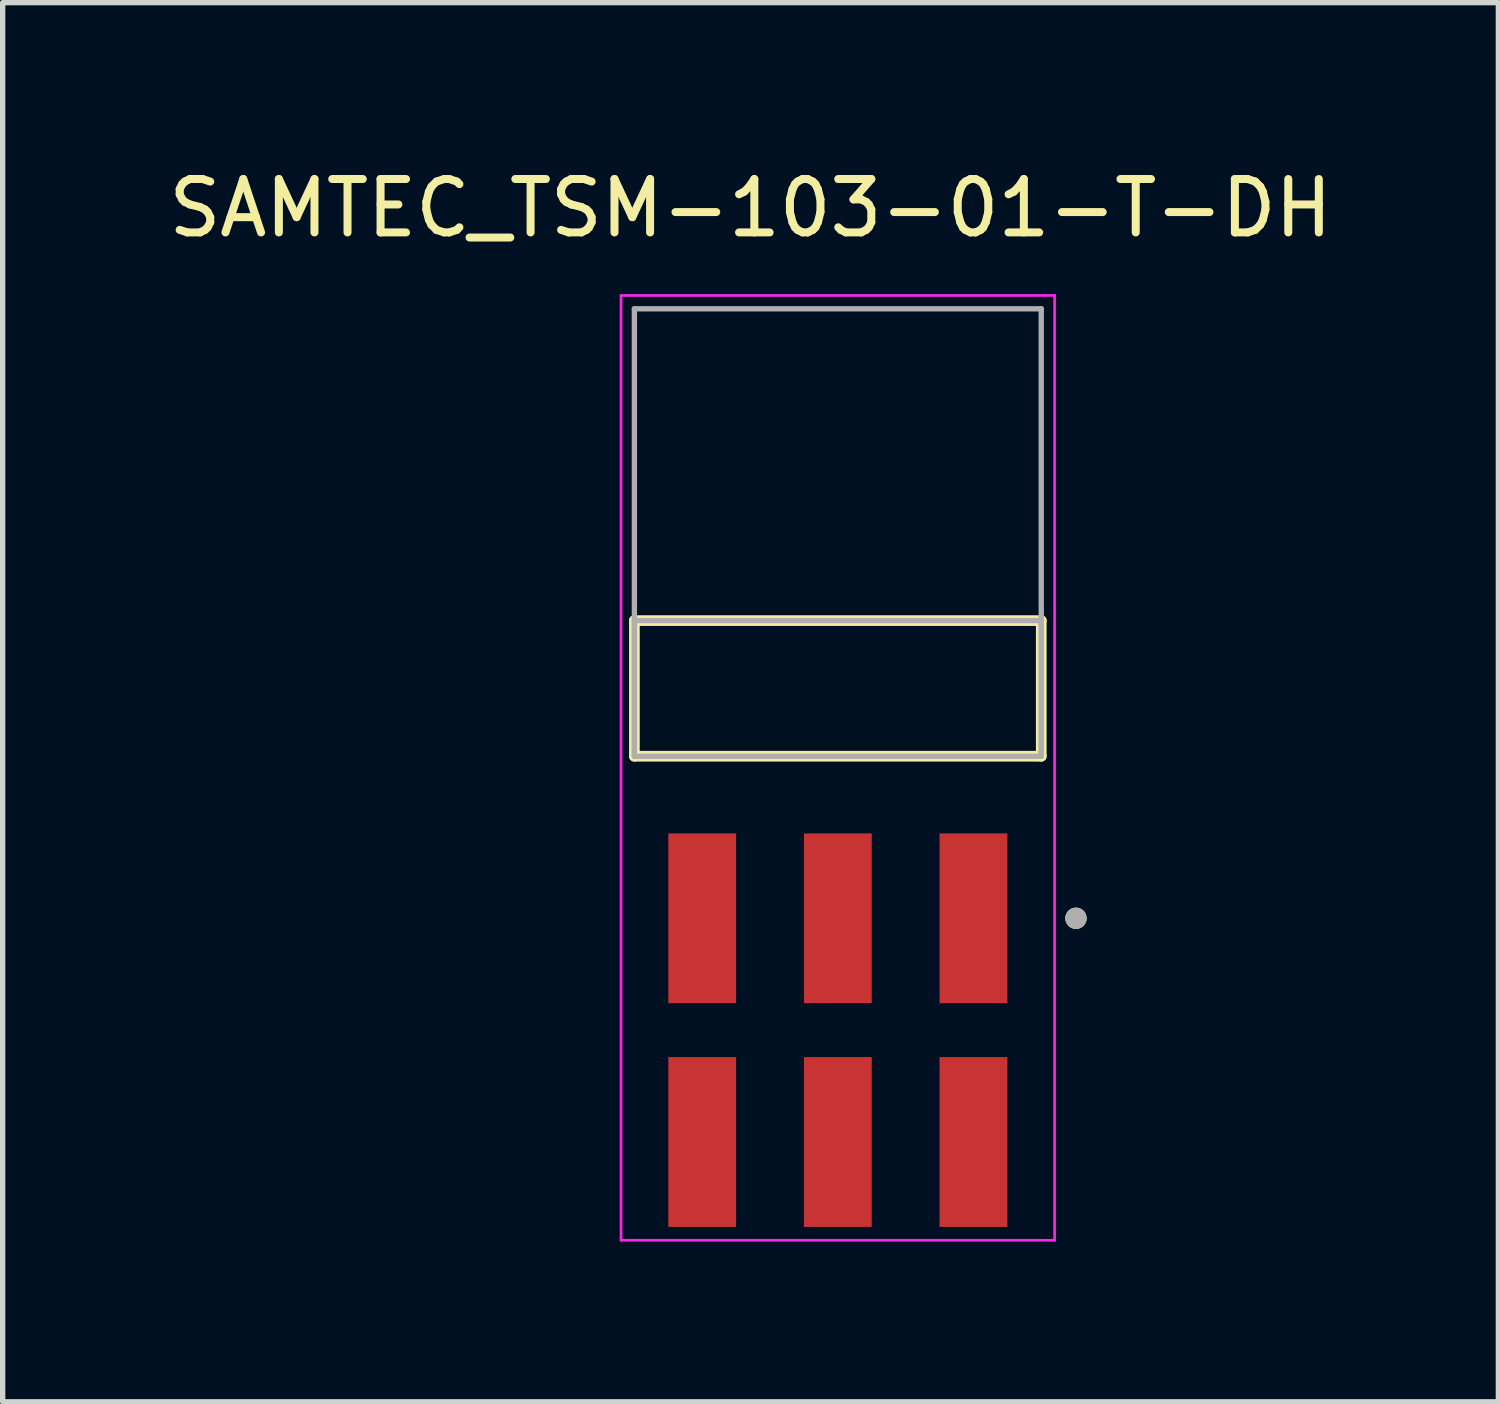
<source format=kicad_pcb>
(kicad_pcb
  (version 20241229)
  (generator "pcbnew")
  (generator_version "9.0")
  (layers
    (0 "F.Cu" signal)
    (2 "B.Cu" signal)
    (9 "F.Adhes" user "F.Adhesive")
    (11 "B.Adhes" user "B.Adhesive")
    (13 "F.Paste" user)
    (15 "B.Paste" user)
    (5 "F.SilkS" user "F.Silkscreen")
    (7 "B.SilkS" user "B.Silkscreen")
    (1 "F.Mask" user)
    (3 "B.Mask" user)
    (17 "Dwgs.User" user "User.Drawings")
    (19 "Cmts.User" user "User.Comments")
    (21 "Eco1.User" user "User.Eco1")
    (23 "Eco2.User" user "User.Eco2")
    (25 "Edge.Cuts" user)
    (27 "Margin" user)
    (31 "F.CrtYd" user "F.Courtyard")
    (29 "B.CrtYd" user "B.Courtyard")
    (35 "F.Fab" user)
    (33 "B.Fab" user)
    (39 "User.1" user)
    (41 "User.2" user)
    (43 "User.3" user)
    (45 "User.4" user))
  (footprint "SAMTEC_TSM-103-01-T-DH"
    (layer "F.Cu")
    (at 12.641 9.843)
    (property "Reference" "SAMTEC_TSM-103-01-T-DH" (at -1.635 -8.995 0) (layer "F.SilkS") (effects (font (size 1 1) (thickness 0.15))))
    (attr through_hole)
    (fp_line (start -3.81 1.27) (end -3.81 -1.27) (stroke (width 0.2) (type solid)) (layer "F.SilkS"))
    (fp_line (start 3.81 -1.27) (end -3.81 -1.27) (stroke (width 0.2) (type solid)) (layer "F.SilkS"))
    (fp_line (start 3.81 -1.27) (end 3.81 1.27) (stroke (width 0.2) (type solid)) (layer "F.SilkS"))
    (fp_line (start 3.81 1.27) (end -3.81 1.27) (stroke (width 0.2) (type solid)) (layer "F.SilkS"))
    (fp_circle (center 4.46 4.305) (end 4.56 4.305) (stroke (width 0.2) (type solid)) (fill no) (layer "F.SilkS"))
    (fp_line (start -4.06 -7.36) (end 4.06 -7.36) (stroke (width 0.05) (type solid)) (layer "F.CrtYd"))
    (fp_line (start -4.06 10.335) (end -4.06 -7.36) (stroke (width 0.05) (type solid)) (layer "F.CrtYd"))
    (fp_line (start 4.06 -7.36) (end 4.06 10.335) (stroke (width 0.05) (type solid)) (layer "F.CrtYd"))
    (fp_line (start 4.06 10.335) (end -4.06 10.335) (stroke (width 0.05) (type solid)) (layer "F.CrtYd"))
    (fp_line (start -3.81 -7.11) (end 3.81 -7.11) (stroke (width 0.1) (type solid)) (layer "F.Fab"))
    (fp_line (start -3.81 -1.27) (end 3.81 -1.27) (stroke (width 0.1) (type solid)) (layer "F.Fab"))
    (fp_line (start -3.81 1.27) (end -3.81 -7.11) (stroke (width 0.1) (type solid)) (layer "F.Fab"))
    (fp_line (start -3.81 1.27) (end -3.81 -1.27) (stroke (width 0.1) (type solid)) (layer "F.Fab"))
    (fp_line (start 3.81 -7.11) (end 3.81 1.27) (stroke (width 0.1) (type solid)) (layer "F.Fab"))
    (fp_line (start 3.81 -1.27) (end 3.81 1.27) (stroke (width 0.1) (type solid)) (layer "F.Fab"))
    (fp_line (start 3.81 1.27) (end -3.81 1.27) (stroke (width 0.1) (type solid)) (layer "F.Fab"))
    (fp_circle (center 4.46 4.305) (end 4.56 4.305) (stroke (width 0.2) (type solid)) (fill no) (layer "F.Fab"))
    (pad "01" smd rect (at 2.54 4.305) (size 1.27 3.18) (layers "F.Cu" "F.Mask" "F.Paste"))
    (pad "02" smd rect (at 2.54 8.495) (size 1.27 3.18) (layers "F.Cu" "F.Mask" "F.Paste"))
    (pad "03" smd rect (at 0 4.305) (size 1.27 3.18) (layers "F.Cu" "F.Mask" "F.Paste"))
    (pad "04" smd rect (at 0 8.495) (size 1.27 3.18) (layers "F.Cu" "F.Mask" "F.Paste"))
    (pad "05" smd rect (at -2.54 4.305) (size 1.27 3.18) (layers "F.Cu" "F.Mask" "F.Paste"))
    (pad "06" smd rect (at -2.54 8.495) (size 1.27 3.18) (layers "F.Cu" "F.Mask" "F.Paste")))
  (gr_rect
    (start -3 -3)
    (end 25.012 23.203)
    (stroke (width 0.1) (type default))
    (fill no)
    (layer "Edge.Cuts")))
</source>
